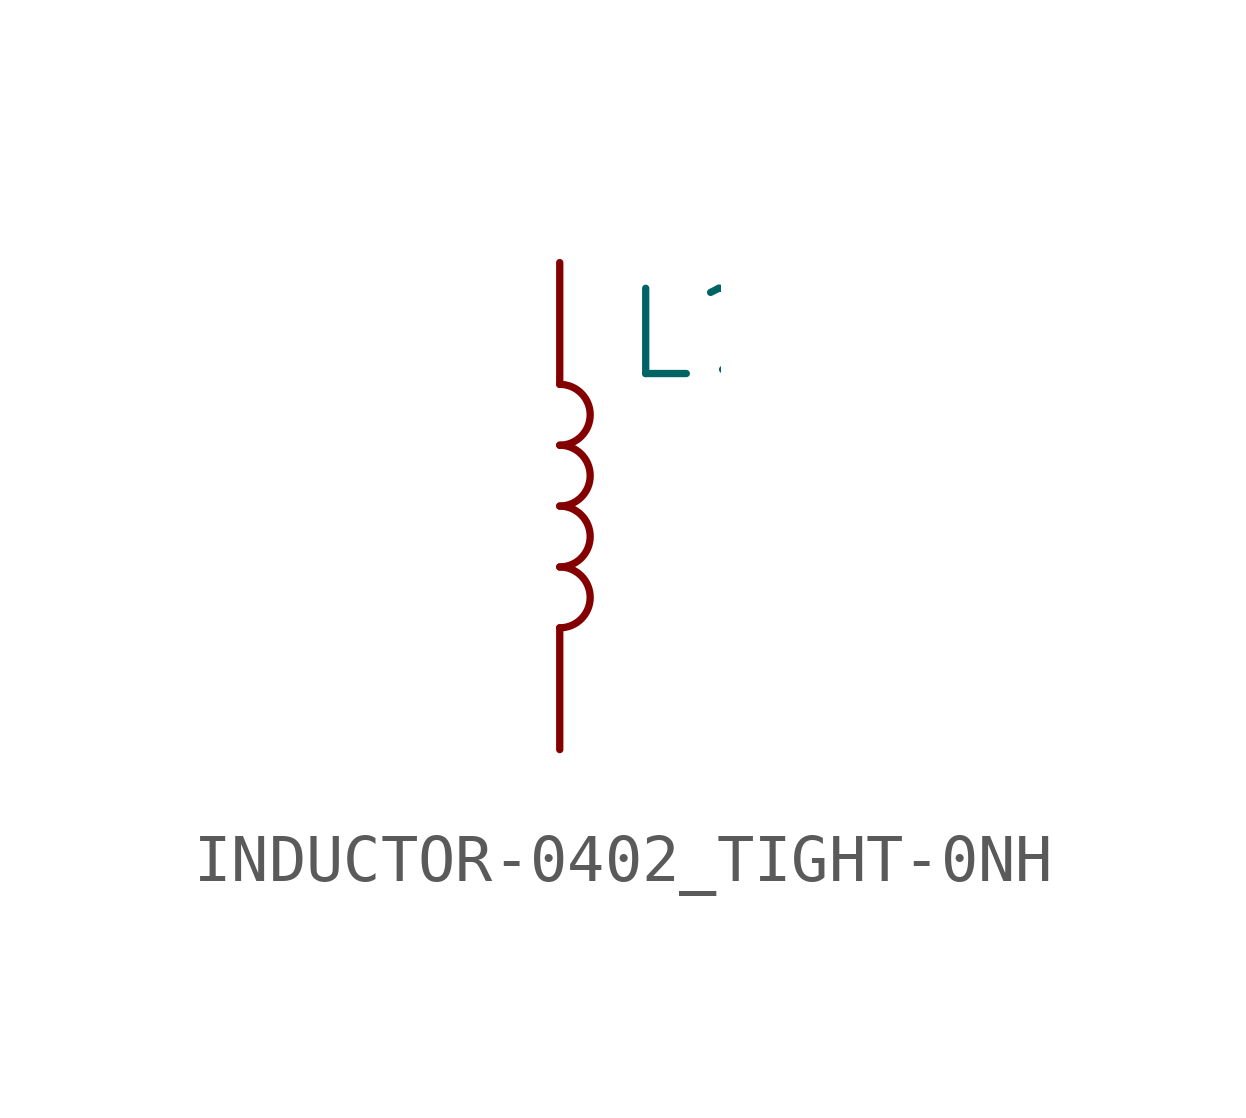
<source format=kicad_sym>
(kicad_symbol_lib
  (version 20231120)
  (generator "kicad_symbol_editor")
  (generator_version "8.0")
  (symbol "INDUCTOR-0402_TIGHT-0NH"
    (property "Reference" "L"
      (at 1.27 2.54 0)
      (effects (font (size 1.778 1.778)) (justify left bottom)))
    (property "Value" ""
      (at 1.27 -2.54 0)
      (effects (font (size 1.778 1.778)) (justify left top)))
    (property "ki_locked" ""
      (at 0 0 0)
      (effects (font (size 1.27 1.27))))
    (symbol "INDUCTOR-0402_TIGHT-0NH_1_0"
      (arc (start 0 -2.54) (mid 0.635 -1.905) (end 0 -1.27) (stroke (width 0.1524) (type solid)) (fill (type none)))
      (arc (start 0 -1.27) (mid 0.635 -0.635) (end 0 0) (stroke (width 0.1524) (type solid)) (fill (type none)))
      (arc (start 0 0) (mid 0.635 0.635) (end 0 1.27) (stroke (width 0.1524) (type solid)) (fill (type none)))
      (arc (start 0 1.27) (mid 0.635 1.905) (end 0 2.54) (stroke (width 0.1524) (type solid)) (fill (type none)))
      (pin passive line (at 0 5.08 270) (length 2.54) (name "1" (effects (font (size 0 0)))) (number "1" (effects (font (size 0 0)))))
      (pin passive line (at 0 -5.08 90) (length 2.54) (name "2" (effects (font (size 0 0)))) (number "2" (effects (font (size 0 0))))))))
</source>
